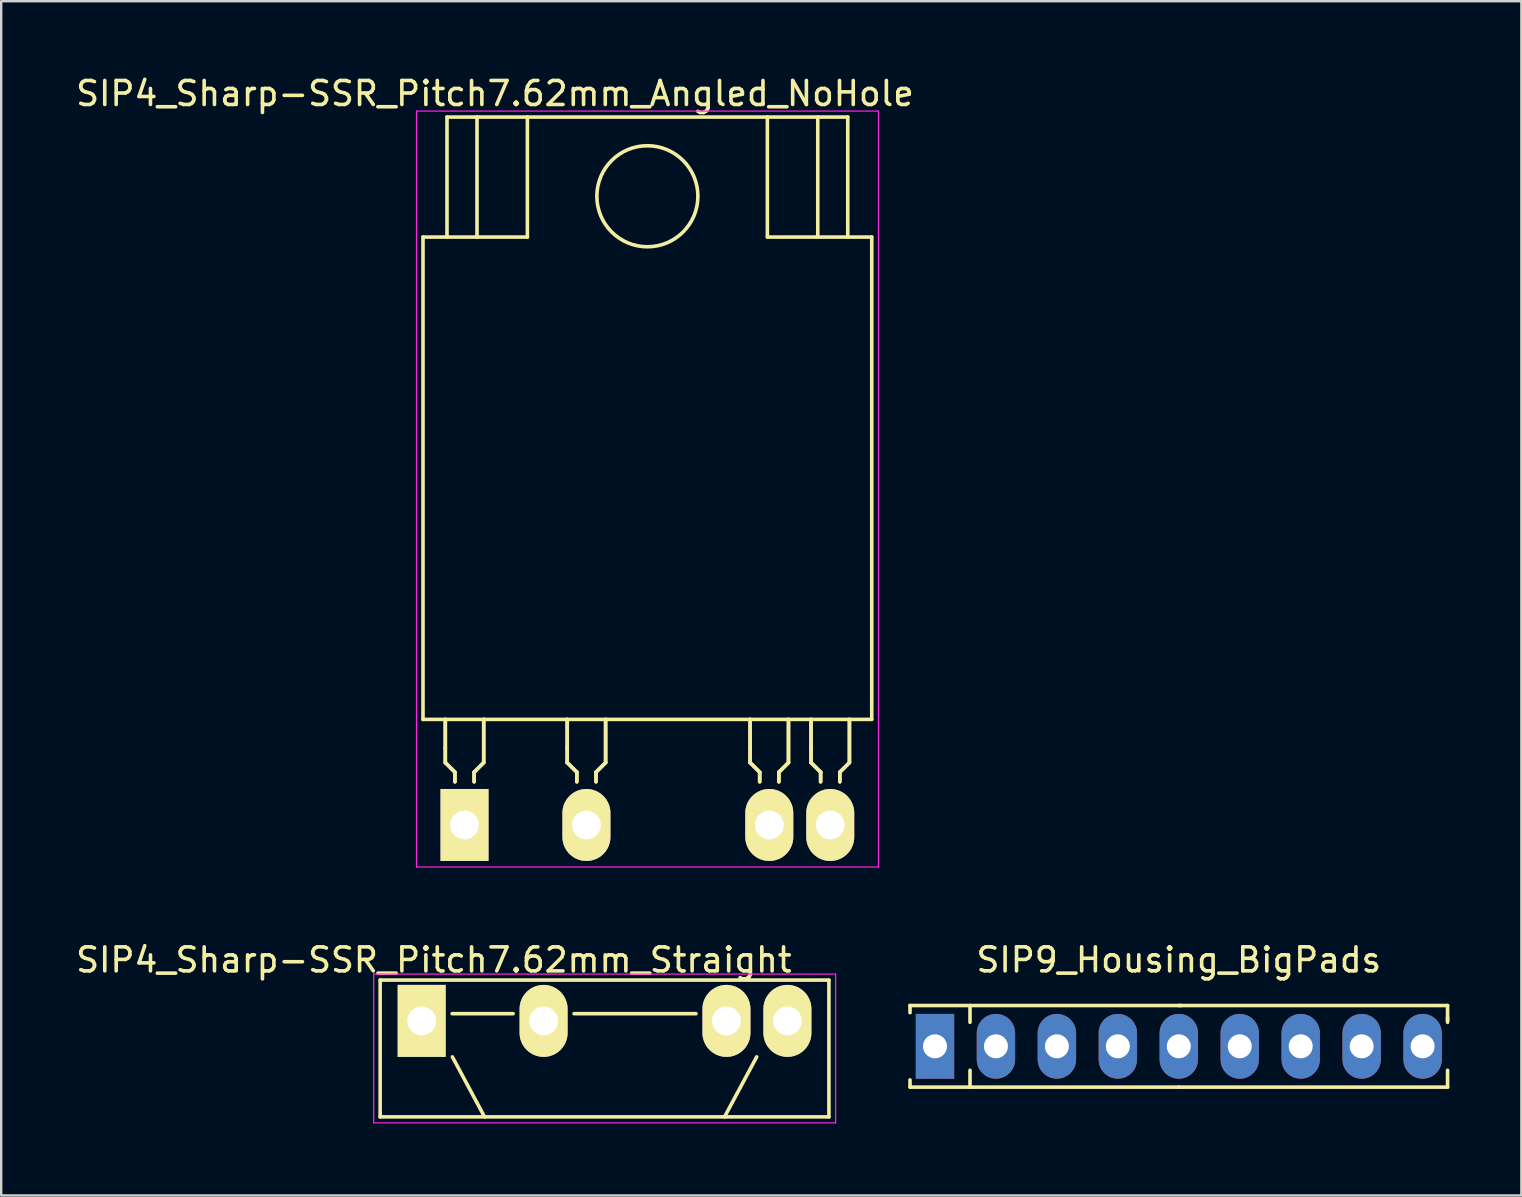
<source format=kicad_pcb>
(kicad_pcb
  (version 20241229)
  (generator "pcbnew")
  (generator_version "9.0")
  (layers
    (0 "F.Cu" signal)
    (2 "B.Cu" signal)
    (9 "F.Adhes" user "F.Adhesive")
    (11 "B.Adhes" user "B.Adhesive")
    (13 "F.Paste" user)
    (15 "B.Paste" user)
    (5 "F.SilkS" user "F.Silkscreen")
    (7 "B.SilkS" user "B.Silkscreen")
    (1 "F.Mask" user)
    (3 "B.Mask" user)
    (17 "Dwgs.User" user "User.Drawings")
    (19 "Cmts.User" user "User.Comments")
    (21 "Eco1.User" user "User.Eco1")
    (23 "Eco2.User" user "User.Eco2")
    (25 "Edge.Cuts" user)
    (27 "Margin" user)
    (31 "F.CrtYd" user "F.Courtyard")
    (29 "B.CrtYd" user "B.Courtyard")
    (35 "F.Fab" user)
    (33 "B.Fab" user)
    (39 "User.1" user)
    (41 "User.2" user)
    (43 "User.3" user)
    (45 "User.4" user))
  (footprint "SIP4_Sharp-SSR_Pitch7.62mm_Straight"
    (layer "F.Cu")
    (at 14.522 39.492)
    (property "Reference" "SIP4_Sharp-SSR_Pitch7.62mm_Straight" (at 0.508 -2.54 0) (layer "F.SilkS") (effects (font (size 1 1) (thickness 0.15))))
    (attr through_hole)
    (fp_line (start -1.73 -1.7) (end 16.97 -1.7) (stroke (width 0.15) (type solid)) (layer "F.SilkS"))
    (fp_line (start -1.73 4) (end -1.73 -1.7) (stroke (width 0.15) (type solid)) (layer "F.SilkS"))
    (fp_line (start 1.27 -0.3) (end 3.81 -0.3) (stroke (width 0.15) (type solid)) (layer "F.SilkS"))
    (fp_line (start 2.62 4) (end 1.28 1.5) (stroke (width 0.15) (type solid)) (layer "F.SilkS"))
    (fp_line (start 6.35 -0.3) (end 11.43 -0.3) (stroke (width 0.15) (type solid)) (layer "F.SilkS"))
    (fp_line (start 12.62 4) (end 13.96 1.5) (stroke (width 0.15) (type solid)) (layer "F.SilkS"))
    (fp_line (start 16.97 -1.7) (end 16.97 4) (stroke (width 0.15) (type solid)) (layer "F.SilkS"))
    (fp_line (start 16.97 4) (end -1.73 4) (stroke (width 0.15) (type solid)) (layer "F.SilkS"))
    (fp_line (start -2 -1.95) (end 17.25 -1.95) (stroke (width 0.05) (type solid)) (layer "F.CrtYd"))
    (fp_line (start -2 4.25) (end -2 -1.95) (stroke (width 0.05) (type solid)) (layer "F.CrtYd"))
    (fp_line (start 17.25 -1.95) (end 17.25 4.25) (stroke (width 0.05) (type solid)) (layer "F.CrtYd"))
    (fp_line (start 17.25 4.25) (end -2 4.25) (stroke (width 0.05) (type solid)) (layer "F.CrtYd"))
    (pad "1" thru_hole rect (at 0 0) (size 2 3) (drill 1.2) (layers "*.Cu" "*.Mask" "F.SilkS"))
    (pad "2" thru_hole oval (at 5.08 0) (size 2 3) (drill 1.2) (layers "*.Cu" "*.Mask" "F.SilkS"))
    (pad "3" thru_hole oval (at 12.7 0) (size 2 3) (drill 1.2) (layers "*.Cu" "*.Mask" "F.SilkS"))
    (pad "4" thru_hole oval (at 15.24 0) (size 2 3) (drill 1.2) (layers "*.Cu" "*.Mask" "F.SilkS")))
  (footprint "SIP9_Housing_BigPads"
    (layer "F.Cu")
    (at 46.072 40.551)
    (property "Reference" "SIP9_Housing_BigPads" (at 0 -3.6 0) (layer "F.SilkS") (effects (font (size 1 1) (thickness 0.15))))
    (attr through_hole)
    (fp_line (start -11.2 -1.7) (end -11.2 -1.4) (stroke (width 0.15) (type solid)) (layer "F.SilkS"))
    (fp_line (start -11.2 1.7) (end -11.2 1.4) (stroke (width 0.15) (type solid)) (layer "F.SilkS"))
    (fp_line (start -8.7 -1.7) (end -8.7 -1) (stroke (width 0.15) (type solid)) (layer "F.SilkS"))
    (fp_line (start -8.7 1.7) (end -8.7 1) (stroke (width 0.15) (type solid)) (layer "F.SilkS"))
    (fp_line (start 0 -1.7) (end 11.2 -1.7) (stroke (width 0.15) (type solid)) (layer "F.SilkS"))
    (fp_line (start 0 1.7) (end -11.2 1.7) (stroke (width 0.15) (type solid)) (layer "F.SilkS"))
    (fp_line (start 0 1.7) (end 11.2 1.7) (stroke (width 0.15) (type solid)) (layer "F.SilkS"))
    (fp_line (start 0.1 -1.7) (end -11.2 -1.7) (stroke (width 0.15) (type solid)) (layer "F.SilkS"))
    (fp_line (start 11.2 -1.7) (end 11.2 -1.1) (stroke (width 0.15) (type solid)) (layer "F.SilkS"))
    (fp_line (start 11.2 -1.2) (end 11.2 -1) (stroke (width 0.15) (type solid)) (layer "F.SilkS"))
    (fp_line (start 11.2 1.7) (end 11.2 1) (stroke (width 0.15) (type solid)) (layer "F.SilkS"))
    (pad "1" thru_hole rect (at -10.16 0 90) (size 2.7 1.6) (drill 1) (layers "*.Cu" "*.Mask"))
    (pad "2" thru_hole oval (at -7.62 0 90) (size 2.7 1.6) (drill 1) (layers "*.Cu" "*.Mask"))
    (pad "3" thru_hole oval (at -5.08 0 90) (size 2.7 1.6) (drill 1) (layers "*.Cu" "*.Mask"))
    (pad "4" thru_hole oval (at -2.54 0 90) (size 2.7 1.6) (drill 1) (layers "*.Cu" "*.Mask"))
    (pad "5" thru_hole oval (at 0 0 90) (size 2.7 1.6) (drill 1) (layers "*.Cu" "*.Mask"))
    (pad "6" thru_hole oval (at 2.54 0 90) (size 2.7 1.6) (drill 1) (layers "*.Cu" "*.Mask"))
    (pad "7" thru_hole oval (at 5.08 0 90) (size 2.7 1.6) (drill 1) (layers "*.Cu" "*.Mask"))
    (pad "8" thru_hole oval (at 7.62 0 90) (size 2.7 1.6) (drill 1) (layers "*.Cu" "*.Mask"))
    (pad "9" thru_hole oval (at 10.16 0 90) (size 2.7 1.6) (drill 1) (layers "*.Cu" "*.Mask")))
  (footprint "SIP4_Sharp-SSR_Pitch7.62mm_Angled_NoHole"
    (layer "F.Cu")
    (at 16.307 31.328)
    (property "Reference" "SIP4_Sharp-SSR_Pitch7.62mm_Angled_NoHole" (at 1.27 -30.48 0) (layer "F.SilkS") (effects (font (size 1 1) (thickness 0.15))))
    (attr through_hole)
    (fp_line (start -1.73 -24.5) (end 2.62 -24.5) (stroke (width 0.15) (type solid)) (layer "F.SilkS"))
    (fp_line (start -1.73 -4.4) (end -1.73 -24.5) (stroke (width 0.15) (type solid)) (layer "F.SilkS"))
    (fp_line (start -0.8 -3.2) (end -0.8 -4.4) (stroke (width 0.15) (type solid)) (layer "F.SilkS"))
    (fp_line (start -0.8 -3.2) (end -0.8 -4.4) (stroke (width 0.15) (type solid)) (layer "F.SilkS"))
    (fp_line (start -0.8 -2.6) (end -0.8 -3.2) (stroke (width 0.15) (type solid)) (layer "F.SilkS"))
    (fp_line (start -0.8 -2.6) (end -0.8 -3.2) (stroke (width 0.15) (type solid)) (layer "F.SilkS"))
    (fp_line (start -0.73 -29.5) (end 15.97 -29.5) (stroke (width 0.15) (type solid)) (layer "F.SilkS"))
    (fp_line (start -0.73 -24.5) (end -0.73 -29.5) (stroke (width 0.15) (type solid)) (layer "F.SilkS"))
    (fp_line (start -0.4 -2.2) (end -0.8 -2.6) (stroke (width 0.15) (type solid)) (layer "F.SilkS"))
    (fp_line (start -0.4 -2.2) (end -0.8 -2.6) (stroke (width 0.15) (type solid)) (layer "F.SilkS"))
    (fp_line (start -0.4 -2.2) (end -0.4 -1.8) (stroke (width 0.15) (type solid)) (layer "F.SilkS"))
    (fp_line (start -0.4 -2.2) (end -0.4 -1.8) (stroke (width 0.15) (type solid)) (layer "F.SilkS"))
    (fp_line (start 0.4 -2.2) (end 0.8 -2.6) (stroke (width 0.15) (type solid)) (layer "F.SilkS"))
    (fp_line (start 0.4 -2.2) (end 0.8 -2.6) (stroke (width 0.15) (type solid)) (layer "F.SilkS"))
    (fp_line (start 0.4 -1.8) (end 0.4 -2.2) (stroke (width 0.15) (type solid)) (layer "F.SilkS"))
    (fp_line (start 0.4 -1.8) (end 0.4 -2.2) (stroke (width 0.15) (type solid)) (layer "F.SilkS"))
    (fp_line (start 0.52 -24.5) (end 0.52 -29.5) (stroke (width 0.15) (type solid)) (layer "F.SilkS"))
    (fp_line (start 0.8 -2.6) (end 0.8 -4.4) (stroke (width 0.15) (type solid)) (layer "F.SilkS"))
    (fp_line (start 0.8 -2.6) (end 0.8 -4.4) (stroke (width 0.15) (type solid)) (layer "F.SilkS"))
    (fp_line (start 2.62 -29.5) (end 2.62 -24.5) (stroke (width 0.15) (type solid)) (layer "F.SilkS"))
    (fp_line (start 4.28 -3.2) (end 4.28 -4.4) (stroke (width 0.15) (type solid)) (layer "F.SilkS"))
    (fp_line (start 4.28 -3.2) (end 4.28 -4.4) (stroke (width 0.15) (type solid)) (layer "F.SilkS"))
    (fp_line (start 4.28 -2.6) (end 4.28 -3.2) (stroke (width 0.15) (type solid)) (layer "F.SilkS"))
    (fp_line (start 4.28 -2.6) (end 4.28 -3.2) (stroke (width 0.15) (type solid)) (layer "F.SilkS"))
    (fp_line (start 4.68 -2.2) (end 4.28 -2.6) (stroke (width 0.15) (type solid)) (layer "F.SilkS"))
    (fp_line (start 4.68 -2.2) (end 4.28 -2.6) (stroke (width 0.15) (type solid)) (layer "F.SilkS"))
    (fp_line (start 4.68 -2.2) (end 4.68 -1.8) (stroke (width 0.15) (type solid)) (layer "F.SilkS"))
    (fp_line (start 4.68 -2.2) (end 4.68 -1.8) (stroke (width 0.15) (type solid)) (layer "F.SilkS"))
    (fp_line (start 5.48 -2.2) (end 5.88 -2.6) (stroke (width 0.15) (type solid)) (layer "F.SilkS"))
    (fp_line (start 5.48 -2.2) (end 5.88 -2.6) (stroke (width 0.15) (type solid)) (layer "F.SilkS"))
    (fp_line (start 5.48 -1.8) (end 5.48 -2.2) (stroke (width 0.15) (type solid)) (layer "F.SilkS"))
    (fp_line (start 5.48 -1.8) (end 5.48 -2.2) (stroke (width 0.15) (type solid)) (layer "F.SilkS"))
    (fp_line (start 5.88 -2.6) (end 5.88 -4.4) (stroke (width 0.15) (type solid)) (layer "F.SilkS"))
    (fp_line (start 5.88 -2.6) (end 5.88 -4.4) (stroke (width 0.15) (type solid)) (layer "F.SilkS"))
    (fp_line (start 11.9 -3.2) (end 11.9 -4.4) (stroke (width 0.15) (type solid)) (layer "F.SilkS"))
    (fp_line (start 11.9 -3.2) (end 11.9 -4.4) (stroke (width 0.15) (type solid)) (layer "F.SilkS"))
    (fp_line (start 11.9 -2.6) (end 11.9 -3.2) (stroke (width 0.15) (type solid)) (layer "F.SilkS"))
    (fp_line (start 11.9 -2.6) (end 11.9 -3.2) (stroke (width 0.15) (type solid)) (layer "F.SilkS"))
    (fp_line (start 12.3 -2.2) (end 11.9 -2.6) (stroke (width 0.15) (type solid)) (layer "F.SilkS"))
    (fp_line (start 12.3 -2.2) (end 11.9 -2.6) (stroke (width 0.15) (type solid)) (layer "F.SilkS"))
    (fp_line (start 12.3 -2.2) (end 12.3 -1.8) (stroke (width 0.15) (type solid)) (layer "F.SilkS"))
    (fp_line (start 12.3 -2.2) (end 12.3 -1.8) (stroke (width 0.15) (type solid)) (layer "F.SilkS"))
    (fp_line (start 12.62 -29.5) (end 12.62 -24.5) (stroke (width 0.15) (type solid)) (layer "F.SilkS"))
    (fp_line (start 12.62 -24.5) (end 16.97 -24.5) (stroke (width 0.15) (type solid)) (layer "F.SilkS"))
    (fp_line (start 13.1 -2.2) (end 13.5 -2.6) (stroke (width 0.15) (type solid)) (layer "F.SilkS"))
    (fp_line (start 13.1 -2.2) (end 13.5 -2.6) (stroke (width 0.15) (type solid)) (layer "F.SilkS"))
    (fp_line (start 13.1 -1.8) (end 13.1 -2.2) (stroke (width 0.15) (type solid)) (layer "F.SilkS"))
    (fp_line (start 13.1 -1.8) (end 13.1 -2.2) (stroke (width 0.15) (type solid)) (layer "F.SilkS"))
    (fp_line (start 13.5 -2.6) (end 13.5 -4.4) (stroke (width 0.15) (type solid)) (layer "F.SilkS"))
    (fp_line (start 13.5 -2.6) (end 13.5 -4.4) (stroke (width 0.15) (type solid)) (layer "F.SilkS"))
    (fp_line (start 14.44 -3.2) (end 14.44 -4.4) (stroke (width 0.15) (type solid)) (layer "F.SilkS"))
    (fp_line (start 14.44 -3.2) (end 14.44 -4.4) (stroke (width 0.15) (type solid)) (layer "F.SilkS"))
    (fp_line (start 14.44 -2.6) (end 14.44 -3.2) (stroke (width 0.15) (type solid)) (layer "F.SilkS"))
    (fp_line (start 14.44 -2.6) (end 14.44 -3.2) (stroke (width 0.15) (type solid)) (layer "F.SilkS"))
    (fp_line (start 14.72 -24.5) (end 14.72 -29.5) (stroke (width 0.15) (type solid)) (layer "F.SilkS"))
    (fp_line (start 14.84 -2.2) (end 14.44 -2.6) (stroke (width 0.15) (type solid)) (layer "F.SilkS"))
    (fp_line (start 14.84 -2.2) (end 14.44 -2.6) (stroke (width 0.15) (type solid)) (layer "F.SilkS"))
    (fp_line (start 14.84 -2.2) (end 14.84 -1.8) (stroke (width 0.15) (type solid)) (layer "F.SilkS"))
    (fp_line (start 14.84 -2.2) (end 14.84 -1.8) (stroke (width 0.15) (type solid)) (layer "F.SilkS"))
    (fp_line (start 15.64 -2.2) (end 16.04 -2.6) (stroke (width 0.15) (type solid)) (layer "F.SilkS"))
    (fp_line (start 15.64 -2.2) (end 16.04 -2.6) (stroke (width 0.15) (type solid)) (layer "F.SilkS"))
    (fp_line (start 15.64 -1.8) (end 15.64 -2.2) (stroke (width 0.15) (type solid)) (layer "F.SilkS"))
    (fp_line (start 15.64 -1.8) (end 15.64 -2.2) (stroke (width 0.15) (type solid)) (layer "F.SilkS"))
    (fp_line (start 15.97 -24.5) (end 15.97 -29.5) (stroke (width 0.15) (type solid)) (layer "F.SilkS"))
    (fp_line (start 16.04 -2.6) (end 16.04 -4.4) (stroke (width 0.15) (type solid)) (layer "F.SilkS"))
    (fp_line (start 16.04 -2.6) (end 16.04 -4.4) (stroke (width 0.15) (type solid)) (layer "F.SilkS"))
    (fp_line (start 16.97 -24.5) (end 16.97 -4.4) (stroke (width 0.15) (type solid)) (layer "F.SilkS"))
    (fp_line (start 16.97 -4.4) (end -1.73 -4.4) (stroke (width 0.15) (type solid)) (layer "F.SilkS"))
    (fp_circle (center 7.62 -26.2) (end 9.35 -27.4) (stroke (width 0.15) (type solid)) (fill no) (layer "F.SilkS"))
    (fp_line (start -2 -29.75) (end 17.25 -29.75) (stroke (width 0.05) (type solid)) (layer "F.CrtYd"))
    (fp_line (start -2 1.75) (end -2 -29.75) (stroke (width 0.05) (type solid)) (layer "F.CrtYd"))
    (fp_line (start 17.25 -29.75) (end 17.25 1.75) (stroke (width 0.05) (type solid)) (layer "F.CrtYd"))
    (fp_line (start 17.25 1.75) (end -2 1.75) (stroke (width 0.05) (type solid)) (layer "F.CrtYd"))
    (pad "1" thru_hole rect (at 0 0) (size 2 3) (drill 1.2) (layers "*.Cu" "*.Mask" "F.SilkS"))
    (pad "2" thru_hole oval (at 5.08 0) (size 2 3) (drill 1.2) (layers "*.Cu" "*.Mask" "F.SilkS"))
    (pad "3" thru_hole oval (at 12.7 0) (size 2 3) (drill 1.2) (layers "*.Cu" "*.Mask" "F.SilkS"))
    (pad "4" thru_hole oval (at 15.24 0) (size 2 3) (drill 1.2) (layers "*.Cu" "*.Mask" "F.SilkS")))
  (gr_rect
    (start -3 -3)
    (end 60.347 46.767)
    (stroke (width 0.1) (type default))
    (fill no)
    (layer "Edge.Cuts")))
</source>
